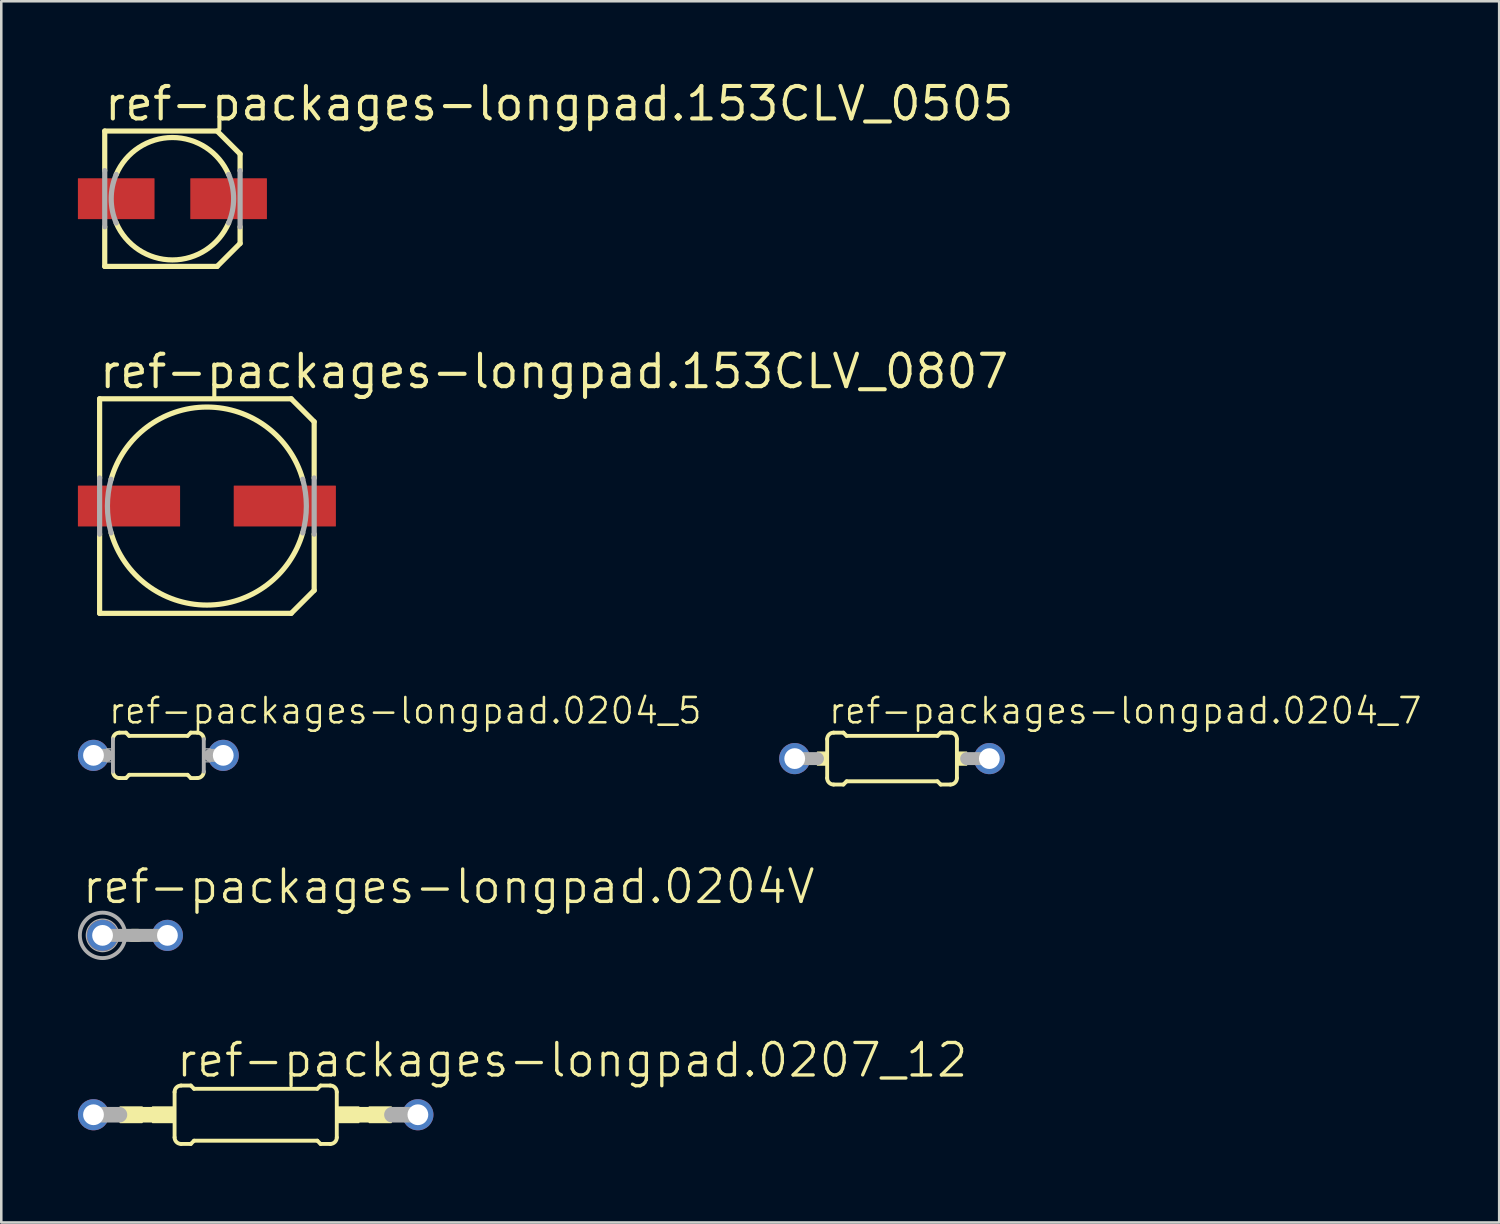
<source format=kicad_pcb>
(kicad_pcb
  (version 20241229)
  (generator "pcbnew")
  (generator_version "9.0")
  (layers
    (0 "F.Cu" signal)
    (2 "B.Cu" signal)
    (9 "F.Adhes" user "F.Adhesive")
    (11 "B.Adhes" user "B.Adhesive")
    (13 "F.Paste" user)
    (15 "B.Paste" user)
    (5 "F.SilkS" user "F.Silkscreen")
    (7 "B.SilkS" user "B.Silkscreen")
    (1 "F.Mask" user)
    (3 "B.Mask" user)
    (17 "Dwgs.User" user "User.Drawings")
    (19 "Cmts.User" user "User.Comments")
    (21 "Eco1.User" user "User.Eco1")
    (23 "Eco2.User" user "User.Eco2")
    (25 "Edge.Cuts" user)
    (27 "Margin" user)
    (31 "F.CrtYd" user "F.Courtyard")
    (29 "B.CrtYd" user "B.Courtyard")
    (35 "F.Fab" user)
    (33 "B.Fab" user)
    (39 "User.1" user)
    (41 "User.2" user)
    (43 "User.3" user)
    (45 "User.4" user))
  (footprint "ref-packages-longpad.153CLV_0807"
    (layer "F.Cu")
    (at 5.05 16.762)
    (property "Reference" "ref-packages-longpad.153CLV_0807" (at -4.29 -4.53 0) (layer "F.SilkS") (effects (font (size 1.27 1.27) (thickness 0.16)) (justify left bottom)))
    (attr smd)
    (fp_line (start -4.2 -4.2) (end 3.3 -4.2) (stroke (width 0.203) (type default)) (layer "F.SilkS"))
    (fp_line (start -4.2 -1.1) (end -4.2 -4.2) (stroke (width 0.203) (type default)) (layer "F.SilkS"))
    (fp_line (start -4.2 4.2) (end -4.2 1.1) (stroke (width 0.203) (type default)) (layer "F.SilkS"))
    (fp_line (start 3.3 -4.2) (end 4.2 -3.3) (stroke (width 0.203) (type default)) (layer "F.SilkS"))
    (fp_line (start 3.3 4.2) (end -4.2 4.2) (stroke (width 0.203) (type default)) (layer "F.SilkS"))
    (fp_line (start 4.2 -3.3) (end 4.2 -1.1) (stroke (width 0.203) (type default)) (layer "F.SilkS"))
    (fp_line (start 4.2 1.1) (end 4.2 3.3) (stroke (width 0.203) (type default)) (layer "F.SilkS"))
    (fp_line (start 4.2 3.3) (end 3.3 4.2) (stroke (width 0.203) (type default)) (layer "F.SilkS"))
    (fp_arc (start -3.75 -1.05) (mid 0 -3.876042) (end 3.75 -1.05) (stroke (width 0.2032) (type default)) (layer "F.SilkS"))
    (fp_arc (start 3.75 1.05) (mid 0 3.876042) (end -3.75 1.05) (stroke (width 0.2032) (type default)) (layer "F.SilkS"))
    (fp_line (start -4.2 1.1) (end -4.2 -1.1) (stroke (width 0.203) (type default)) (layer "F.Fab"))
    (fp_line (start 4.2 -1.1) (end 4.2 1.1) (stroke (width 0.203) (type default)) (layer "F.Fab"))
    (fp_arc (start -3.75 1.05) (mid -3.894226 0) (end -3.75 -1.05) (stroke (width 0.2032) (type default)) (layer "F.Fab"))
    (fp_arc (start 3.75 -1.05) (mid 3.894226 0) (end 3.75 1.05) (stroke (width 0.2032) (type default)) (layer "F.Fab"))
    (pad "+" smd roundrect (at 3.05 0) (size 4 1.6) (layers "F.Cu" "F.Mask" "F.Paste") (roundrect_rratio 0.01))
    (pad "-" smd roundrect (at -3.05 0) (size 4 1.6) (layers "F.Cu" "F.Mask" "F.Paste") (roundrect_rratio 0.01)))
  (footprint "ref-packages-longpad.153CLV_0505"
    (layer "F.Cu")
    (at 3.7 4.73)
    (property "Reference" "ref-packages-longpad.153CLV_0505" (at -2.74 -2.98 0) (layer "F.SilkS") (effects (font (size 1.27 1.27) (thickness 0.16)) (justify left bottom)))
    (attr smd)
    (fp_line (start -2.65 -2.65) (end 1.75 -2.65) (stroke (width 0.203) (type default)) (layer "F.SilkS"))
    (fp_line (start -2.65 -1.1) (end -2.65 -2.65) (stroke (width 0.203) (type default)) (layer "F.SilkS"))
    (fp_line (start -2.65 2.65) (end -2.65 1.1) (stroke (width 0.203) (type default)) (layer "F.SilkS"))
    (fp_line (start 1.75 -2.65) (end 2.65 -1.75) (stroke (width 0.203) (type default)) (layer "F.SilkS"))
    (fp_line (start 1.75 2.65) (end -2.65 2.65) (stroke (width 0.203) (type default)) (layer "F.SilkS"))
    (fp_line (start 2.65 -1.75) (end 2.65 -1.1) (stroke (width 0.203) (type default)) (layer "F.SilkS"))
    (fp_line (start 2.65 1.1) (end 2.65 1.75) (stroke (width 0.203) (type default)) (layer "F.SilkS"))
    (fp_line (start 2.65 1.75) (end 1.75 2.65) (stroke (width 0.203) (type default)) (layer "F.SilkS"))
    (fp_arc (start -2.2 -0.95) (mid 0 -2.396351) (end 2.2 -0.95) (stroke (width 0.2032) (type default)) (layer "F.SilkS"))
    (fp_arc (start 2.2 0.95) (mid 0 2.396351) (end -2.2 0.95) (stroke (width 0.2032) (type default)) (layer "F.SilkS"))
    (fp_line (start -2.65 1.1) (end -2.65 -1.1) (stroke (width 0.203) (type default)) (layer "F.Fab"))
    (fp_line (start 2.65 -1.1) (end 2.65 1.1) (stroke (width 0.203) (type default)) (layer "F.Fab"))
    (fp_arc (start -2.2 0.95) (mid -2.396351 0) (end -2.2 -0.95) (stroke (width 0.2032) (type default)) (layer "F.Fab"))
    (fp_arc (start 2.2 -0.95) (mid 2.396351 0) (end 2.2 0.95) (stroke (width 0.2032) (type default)) (layer "F.Fab"))
    (pad "+" smd roundrect (at 2.2 0) (size 3 1.6) (layers "F.Cu" "F.Mask" "F.Paste") (roundrect_rratio 0.01))
    (pad "-" smd roundrect (at -2.2 0) (size 3 1.6) (layers "F.Cu" "F.Mask" "F.Paste") (roundrect_rratio 0.01)))
  (footprint "ref-packages-longpad.0204V"
    (layer "F.Cu")
    (at 2.235 33.57)
    (property "Reference" "ref-packages-longpad.0204V" (at -2.134 -1.168 0) (layer "F.SilkS") (effects (font (size 1.27 1.27) (thickness 0.13)) (justify left bottom)))
    (attr through_hole)
    (fp_line (start -0.127 0) (end 0.127 0) (stroke (width 0.508) (type default)) (layer "F.SilkS"))
    (fp_line (start -1.27 0) (end 1.27 0) (stroke (width 0.508) (type default)) (layer "F.Fab"))
    (fp_circle (center -1.27 0) (end -0.635 0) (stroke (width 0.051) (type default)) (fill no) (layer "F.Fab"))
    (fp_circle (center -1.27 0) (end -0.381 0) (stroke (width 0.152) (type default)) (fill no) (layer "F.Fab"))
    (pad "1" thru_hole circle (at -1.27 0) (size 1.219 1.219) (drill 0.813) (layers "*.Cu" "*.Mask"))
    (pad "2" thru_hole circle (at 1.27 0) (size 1.219 1.219) (drill 0.813) (layers "*.Cu" "*.Mask")))
  (footprint "ref-packages-longpad.0204_7"
    (layer "F.Cu")
    (at 31.873 26.649)
    (property "Reference" "ref-packages-longpad.0204_7" (at -2.54 -1.295 0) (layer "F.SilkS") (effects (font (size 0.991 0.991) (thickness 0.1)) (justify left bottom)))
    (attr through_hole)
    (fp_line (start -2.54 0.762) (end -2.54 -0.762) (stroke (width 0.152) (type default)) (layer "F.SilkS"))
    (fp_line (start -2.286 -1.016) (end -1.905 -1.016) (stroke (width 0.152) (type default)) (layer "F.SilkS"))
    (fp_line (start -2.286 1.016) (end -1.905 1.016) (stroke (width 0.152) (type default)) (layer "F.SilkS"))
    (fp_line (start -1.778 -0.889) (end -1.905 -1.016) (stroke (width 0.152) (type default)) (layer "F.SilkS"))
    (fp_line (start -1.778 0.889) (end -1.905 1.016) (stroke (width 0.152) (type default)) (layer "F.SilkS"))
    (fp_line (start 1.778 -0.889) (end -1.778 -0.889) (stroke (width 0.152) (type default)) (layer "F.SilkS"))
    (fp_line (start 1.778 -0.889) (end 1.905 -1.016) (stroke (width 0.152) (type default)) (layer "F.SilkS"))
    (fp_line (start 1.778 0.889) (end -1.778 0.889) (stroke (width 0.152) (type default)) (layer "F.SilkS"))
    (fp_line (start 1.778 0.889) (end 1.905 1.016) (stroke (width 0.152) (type default)) (layer "F.SilkS"))
    (fp_line (start 2.286 -1.016) (end 1.905 -1.016) (stroke (width 0.152) (type default)) (layer "F.SilkS"))
    (fp_line (start 2.286 1.016) (end 1.905 1.016) (stroke (width 0.152) (type default)) (layer "F.SilkS"))
    (fp_line (start 2.54 0.762) (end 2.54 -0.762) (stroke (width 0.152) (type default)) (layer "F.SilkS"))
    (fp_rect (start -2.921 0.254) (end -2.54 -0.254) (stroke (width 0.05) (type default)) (fill yes) (layer "F.SilkS"))
    (fp_rect (start 2.54 0.254) (end 2.921 -0.254) (stroke (width 0.05) (type default)) (fill yes) (layer "F.SilkS"))
    (fp_arc (start -2.54 -0.762) (mid -2.465605 -0.941605) (end -2.286 -1.016) (stroke (width 0.1524) (type default)) (layer "F.SilkS"))
    (fp_arc (start -2.286 1.016) (mid -2.465605 0.941605) (end -2.54 0.762) (stroke (width 0.1524) (type default)) (layer "F.SilkS"))
    (fp_arc (start 2.286 -1.016) (mid 2.465605 -0.941605) (end 2.54 -0.762) (stroke (width 0.1524) (type default)) (layer "F.SilkS"))
    (fp_arc (start 2.54 0.762) (mid 2.465605 0.941605) (end 2.286 1.016) (stroke (width 0.1524) (type default)) (layer "F.SilkS"))
    (fp_line (start -3.81 0) (end -2.921 0) (stroke (width 0.508) (type default)) (layer "F.Fab"))
    (fp_line (start 3.81 0) (end 2.921 0) (stroke (width 0.508) (type default)) (layer "F.Fab"))
    (pad "1" thru_hole circle (at -3.81 0) (size 1.219 1.219) (drill 0.813) (layers "*.Cu" "*.Mask"))
    (pad "2" thru_hole circle (at 3.81 0) (size 1.219 1.219) (drill 0.813) (layers "*.Cu" "*.Mask")))
  (footprint "ref-packages-longpad.0204_5"
    (layer "F.Cu")
    (at 3.15 26.522)
    (property "Reference" "ref-packages-longpad.0204_5" (at -2.007 -1.168 0) (layer "F.SilkS") (effects (font (size 0.991 0.991) (thickness 0.1)) (justify left bottom)))
    (attr through_hole)
    (fp_line (start -1.524 -0.889) (end -1.27 -0.889) (stroke (width 0.152) (type default)) (layer "F.SilkS"))
    (fp_line (start -1.524 0.889) (end -1.27 0.889) (stroke (width 0.152) (type default)) (layer "F.SilkS"))
    (fp_line (start -1.143 -0.762) (end -1.27 -0.889) (stroke (width 0.152) (type default)) (layer "F.SilkS"))
    (fp_line (start -1.143 0.762) (end -1.27 0.889) (stroke (width 0.152) (type default)) (layer "F.SilkS"))
    (fp_line (start 1.143 -0.762) (end -1.143 -0.762) (stroke (width 0.152) (type default)) (layer "F.SilkS"))
    (fp_line (start 1.143 -0.762) (end 1.27 -0.889) (stroke (width 0.152) (type default)) (layer "F.SilkS"))
    (fp_line (start 1.143 0.762) (end -1.143 0.762) (stroke (width 0.152) (type default)) (layer "F.SilkS"))
    (fp_line (start 1.143 0.762) (end 1.27 0.889) (stroke (width 0.152) (type default)) (layer "F.SilkS"))
    (fp_line (start 1.524 -0.889) (end 1.27 -0.889) (stroke (width 0.152) (type default)) (layer "F.SilkS"))
    (fp_line (start 1.524 0.889) (end 1.27 0.889) (stroke (width 0.152) (type default)) (layer "F.SilkS"))
    (fp_arc (start -1.778 -0.635) (mid -1.703605 -0.814605) (end -1.524 -0.889) (stroke (width 0.1524) (type default)) (layer "F.SilkS"))
    (fp_arc (start -1.524 0.889) (mid -1.703605 0.814605) (end -1.778 0.635) (stroke (width 0.1524) (type default)) (layer "F.SilkS"))
    (fp_arc (start 1.524 -0.889) (mid 1.703605 -0.814605) (end 1.778 -0.635) (stroke (width 0.1524) (type default)) (layer "F.SilkS"))
    (fp_arc (start 1.778 0.635) (mid 1.703605 0.814605) (end 1.524 0.889) (stroke (width 0.1524) (type default)) (layer "F.SilkS"))
    (fp_line (start -2.54 0) (end -2.032 0) (stroke (width 0.508) (type default)) (layer "F.Fab"))
    (fp_line (start -1.778 0.635) (end -1.778 -0.635) (stroke (width 0.152) (type default)) (layer "F.Fab"))
    (fp_line (start 1.778 0.635) (end 1.778 -0.635) (stroke (width 0.152) (type default)) (layer "F.Fab"))
    (fp_line (start 2.54 0) (end 2.032 0) (stroke (width 0.508) (type default)) (layer "F.Fab"))
    (fp_rect (start -2.032 0.254) (end -1.778 -0.254) (stroke (width 0.05) (type default)) (fill no) (layer "F.Fab"))
    (fp_rect (start 1.778 0.254) (end 2.032 -0.254) (stroke (width 0.05) (type default)) (fill no) (layer "F.Fab"))
    (pad "1" thru_hole circle (at -2.54 0) (size 1.219 1.219) (drill 0.813) (layers "*.Cu" "*.Mask"))
    (pad "2" thru_hole circle (at 2.54 0) (size 1.219 1.219) (drill 0.813) (layers "*.Cu" "*.Mask")))
  (footprint "ref-packages-longpad.0207_12"
    (layer "F.Cu")
    (at 6.96 40.592)
    (property "Reference" "ref-packages-longpad.0207_12" (at -3.175 -1.397 0) (layer "F.SilkS") (effects (font (size 1.27 1.27) (thickness 0.13)) (justify left bottom)))
    (attr through_hole)
    (fp_line (start -4.445 0) (end -4.064 0) (stroke (width 0.61) (type default)) (layer "F.SilkS"))
    (fp_line (start -3.175 0.889) (end -3.175 -0.889) (stroke (width 0.152) (type default)) (layer "F.SilkS"))
    (fp_line (start -2.921 -1.143) (end -2.54 -1.143) (stroke (width 0.152) (type default)) (layer "F.SilkS"))
    (fp_line (start -2.921 1.143) (end -2.54 1.143) (stroke (width 0.152) (type default)) (layer "F.SilkS"))
    (fp_line (start -2.413 -1.016) (end -2.54 -1.143) (stroke (width 0.152) (type default)) (layer "F.SilkS"))
    (fp_line (start -2.413 1.016) (end -2.54 1.143) (stroke (width 0.152) (type default)) (layer "F.SilkS"))
    (fp_line (start 2.413 -1.016) (end -2.413 -1.016) (stroke (width 0.152) (type default)) (layer "F.SilkS"))
    (fp_line (start 2.413 -1.016) (end 2.54 -1.143) (stroke (width 0.152) (type default)) (layer "F.SilkS"))
    (fp_line (start 2.413 1.016) (end -2.413 1.016) (stroke (width 0.152) (type default)) (layer "F.SilkS"))
    (fp_line (start 2.413 1.016) (end 2.54 1.143) (stroke (width 0.152) (type default)) (layer "F.SilkS"))
    (fp_line (start 2.921 -1.143) (end 2.54 -1.143) (stroke (width 0.152) (type default)) (layer "F.SilkS"))
    (fp_line (start 2.921 1.143) (end 2.54 1.143) (stroke (width 0.152) (type default)) (layer "F.SilkS"))
    (fp_line (start 3.175 0.889) (end 3.175 -0.889) (stroke (width 0.152) (type default)) (layer "F.SilkS"))
    (fp_line (start 4.445 0) (end 4.064 0) (stroke (width 0.61) (type default)) (layer "F.SilkS"))
    (fp_rect (start -5.309 0.305) (end -4.445 -0.305) (stroke (width 0.05) (type default)) (fill yes) (layer "F.SilkS"))
    (fp_rect (start -4.039 0.305) (end -3.175 -0.305) (stroke (width 0.05) (type default)) (fill yes) (layer "F.SilkS"))
    (fp_rect (start 3.175 0.305) (end 4.039 -0.305) (stroke (width 0.05) (type default)) (fill yes) (layer "F.SilkS"))
    (fp_rect (start 4.445 0.305) (end 5.309 -0.305) (stroke (width 0.05) (type default)) (fill yes) (layer "F.SilkS"))
    (fp_arc (start -3.175 -0.889) (mid -3.100605 -1.068605) (end -2.921 -1.143) (stroke (width 0.1524) (type default)) (layer "F.SilkS"))
    (fp_arc (start -2.921 1.143) (mid -3.100605 1.068605) (end -3.175 0.889) (stroke (width 0.1524) (type default)) (layer "F.SilkS"))
    (fp_arc (start 2.921 -1.143) (mid 3.100605 -1.068605) (end 3.175 -0.889) (stroke (width 0.1524) (type default)) (layer "F.SilkS"))
    (fp_arc (start 3.175 0.889) (mid 3.100605 1.068605) (end 2.921 1.143) (stroke (width 0.1524) (type default)) (layer "F.SilkS"))
    (fp_line (start -6.35 0) (end -5.334 0) (stroke (width 0.61) (type default)) (layer "F.Fab"))
    (fp_line (start 6.35 0) (end 5.334 0) (stroke (width 0.61) (type default)) (layer "F.Fab"))
    (pad "1" thru_hole circle (at -6.35 0) (size 1.219 1.219) (drill 0.813) (layers "*.Cu" "*.Mask"))
    (pad "2" thru_hole circle (at 6.35 0) (size 1.219 1.219) (drill 0.813) (layers "*.Cu" "*.Mask")))
  (gr_rect
    (start -3 -3)
    (end 55.643 44.811)
    (stroke (width 0.1) (type default))
    (fill no)
    (layer "Edge.Cuts")))
</source>
